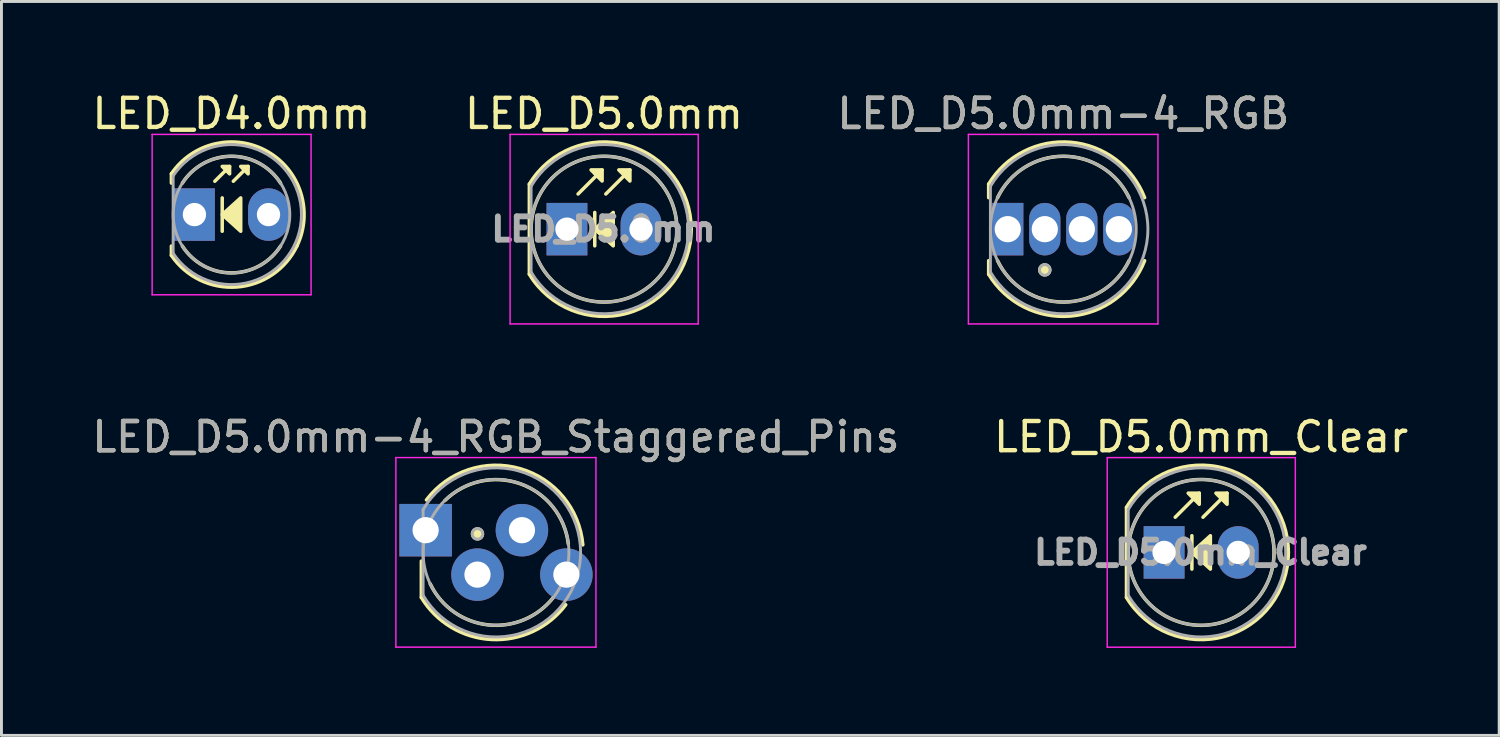
<source format=kicad_pcb>
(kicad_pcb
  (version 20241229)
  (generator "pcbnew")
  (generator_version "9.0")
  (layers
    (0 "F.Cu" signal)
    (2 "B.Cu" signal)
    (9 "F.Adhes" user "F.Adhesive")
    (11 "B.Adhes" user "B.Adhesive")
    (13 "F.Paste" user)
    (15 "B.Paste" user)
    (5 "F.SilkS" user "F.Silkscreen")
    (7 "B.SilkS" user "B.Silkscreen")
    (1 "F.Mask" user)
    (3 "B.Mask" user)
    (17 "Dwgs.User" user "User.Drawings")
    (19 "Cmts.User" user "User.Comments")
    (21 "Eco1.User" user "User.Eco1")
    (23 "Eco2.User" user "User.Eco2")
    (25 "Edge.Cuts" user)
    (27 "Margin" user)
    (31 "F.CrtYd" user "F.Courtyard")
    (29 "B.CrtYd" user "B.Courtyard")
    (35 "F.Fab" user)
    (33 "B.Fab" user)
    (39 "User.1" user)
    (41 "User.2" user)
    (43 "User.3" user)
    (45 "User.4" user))
  (footprint "LED_D5.0mm"
    (layer "F.Cu")
    (at 16.391 4.808)
    (property "Reference" "LED_D5.0mm" (at 1.27 -3.96 0) (layer "F.SilkS") (effects (font (size 1 1) (thickness 0.15))))
    (fp_line (start -1.29 -1.545) (end -1.29 1.545) (stroke (width 0.12) (type solid)) (layer "F.SilkS"))
    (fp_line (start 0.381 -1.206) (end 1.206 -2.032) (stroke (width 0.12) (type solid)) (layer "F.SilkS"))
    (fp_line (start 0.953 -0.572) (end 0.953 0.572) (stroke (width 0.12) (type solid)) (layer "F.SilkS"))
    (fp_line (start 1.333 -1.206) (end 2.159 -2.032) (stroke (width 0.12) (type solid)) (layer "F.SilkS"))
    (fp_arc (start -1.29 -1.54483) (mid 2.072002 -2.880433) (end 4.26 0.000462) (stroke (width 0.12) (type solid)) (layer "F.SilkS"))
    (fp_arc (start 4.26 -0.000462) (mid 2.072002 2.880433) (end -1.29 1.54483) (stroke (width 0.12) (type solid)) (layer "F.SilkS"))
    (fp_circle (center 1.27 0) (end 3.77 0) (stroke (width 0.12) (type solid)) (fill no) (layer "F.SilkS"))
    (fp_poly (pts (xy 1.206 -1.651) (xy 0.826 -2.032) (xy 1.206 -2.032)) (stroke (width 0.12) (type solid)) (fill yes) (layer "F.SilkS"))
    (fp_poly (pts (xy 1.587 0.572) (xy 0.953 0) (xy 1.587 -0.572)) (stroke (width 0.12) (type solid)) (fill yes) (layer "F.SilkS"))
    (fp_poly (pts (xy 2.159 -1.651) (xy 1.778 -2.032) (xy 2.159 -2.032)) (stroke (width 0.12) (type solid)) (fill yes) (layer "F.SilkS"))
    (fp_line (start -1.95 -3.25) (end -1.95 3.25) (stroke (width 0.05) (type solid)) (layer "F.CrtYd"))
    (fp_line (start -1.95 3.25) (end 4.5 3.25) (stroke (width 0.05) (type solid)) (layer "F.CrtYd"))
    (fp_line (start 4.5 -3.25) (end -1.95 -3.25) (stroke (width 0.05) (type solid)) (layer "F.CrtYd"))
    (fp_line (start 4.5 3.25) (end 4.5 -3.25) (stroke (width 0.05) (type solid)) (layer "F.CrtYd"))
    (fp_line (start -1.23 -1.47) (end -1.23 1.47) (stroke (width 0.1) (type solid)) (layer "F.Fab"))
    (fp_arc (start -1.23 -1.469694) (mid 4.17 0.000016) (end -1.230016 1.469666) (stroke (width 0.1) (type solid)) (layer "F.Fab"))
    (fp_circle (center 1.27 0) (end 3.77 0) (stroke (width 0.1) (type solid)) (fill no) (layer "F.Fab"))
    (fp_text user "${REFERENCE}" (at 1.25 0 0) (layer "F.Fab") (effects (font (size 0.8 0.8) (thickness 0.2))))
    (pad "1" thru_hole rect (at 0 0) (size 1.4 1.8) (drill 0.8) (layers "*.Cu" "*.Mask"))
    (pad "2" thru_hole oval (at 2.54 0) (size 1.4 1.8) (drill 0.8) (layers "*.Cu" "*.Mask")))
  (footprint "LED_D4.0mm"
    (layer "F.Cu")
    (at 3.617 4.308)
    (property "Reference" "LED_D4.0mm" (at 1.27 -3.46 0) (layer "F.SilkS") (effects (font (size 1 1) (thickness 0.15))))
    (fp_line (start -0.79 -1.399) (end -0.79 -1.08) (stroke (width 0.12) (type solid)) (layer "F.SilkS"))
    (fp_line (start -0.79 1.08) (end -0.79 1.399) (stroke (width 0.12) (type solid)) (layer "F.SilkS"))
    (fp_line (start 0.699 -1.143) (end 1.206 -1.651) (stroke (width 0.12) (type solid)) (layer "F.SilkS"))
    (fp_line (start 0.953 -0.572) (end 0.953 0.572) (stroke (width 0.12) (type solid)) (layer "F.SilkS"))
    (fp_line (start 1.333 -1.143) (end 1.841 -1.651) (stroke (width 0.12) (type solid)) (layer "F.SilkS"))
    (fp_arc (start -0.79 -1.398749) (mid 2.513104 -2.157467) (end 3.513242 1.080724) (stroke (width 0.12) (type solid)) (layer "F.SilkS"))
    (fp_arc (start -0.41333 -1.08) (mid 1.269429 -2) (end 2.952713 -1.080961) (stroke (width 0.12) (type solid)) (layer "F.SilkS"))
    (fp_arc (start 2.952713 1.080961) (mid 1.269429 2) (end -0.41333 1.08) (stroke (width 0.12) (type solid)) (layer "F.SilkS"))
    (fp_arc (start 3.513242 1.080724) (mid 1.453519 2.483228) (end -0.79 1.398749) (stroke (width 0.12) (type solid)) (layer "F.SilkS"))
    (fp_poly (pts (xy 1.206 -1.397) (xy 0.953 -1.651) (xy 1.206 -1.651)) (stroke (width 0.12) (type solid)) (fill yes) (layer "F.SilkS"))
    (fp_poly (pts (xy 1.587 0.572) (xy 0.953 0) (xy 1.587 -0.572)) (stroke (width 0.12) (type solid)) (fill yes) (layer "F.SilkS"))
    (fp_poly (pts (xy 1.841 -1.397) (xy 1.587 -1.651) (xy 1.841 -1.651)) (stroke (width 0.12) (type solid)) (fill yes) (layer "F.SilkS"))
    (fp_line (start -1.45 -2.75) (end -1.45 2.75) (stroke (width 0.05) (type solid)) (layer "F.CrtYd"))
    (fp_line (start -1.45 2.75) (end 4 2.75) (stroke (width 0.05) (type solid)) (layer "F.CrtYd"))
    (fp_line (start 4 -2.75) (end -1.45 -2.75) (stroke (width 0.05) (type solid)) (layer "F.CrtYd"))
    (fp_line (start 4 2.75) (end 4 -2.75) (stroke (width 0.05) (type solid)) (layer "F.CrtYd"))
    (fp_line (start -0.73 -1.327) (end -0.73 1.327) (stroke (width 0.1) (type solid)) (layer "F.Fab"))
    (fp_arc (start -0.73 -1.32665) (mid 3.67 0.000306) (end -0.730339 1.32614) (stroke (width 0.1) (type solid)) (layer "F.Fab"))
    (fp_circle (center 1.27 0) (end 3.27 0) (stroke (width 0.1) (type solid)) (fill no) (layer "F.Fab"))
    (pad "1" thru_hole rect (at 0 0) (size 1.4 1.8) (drill 0.8) (layers "*.Cu" "*.Mask"))
    (pad "2" thru_hole oval (at 2.54 0) (size 1.4 1.8) (drill 0.8) (layers "*.Cu" "*.Mask")))
  (footprint "LED_D5.0mm-4_RGB"
    (layer "F.Cu")
    (at 31.506 4.808)
    (property "Reference" "LED_D5.0mm-4_RGB" (at 1.905 -3.96 0) (layer "F.SilkS") (effects (font (size 1 1) (thickness 0.15))))
    (fp_line (start -0.655 -1.545) (end -0.655 -1.08) (stroke (width 0.12) (type solid)) (layer "F.SilkS"))
    (fp_line (start -0.655 1.08) (end -0.655 1.545) (stroke (width 0.12) (type solid)) (layer "F.SilkS"))
    (fp_arc (start -0.655 -1.54483) (mid 2.163456 -2.978809) (end 4.692815 -1.080827) (stroke (width 0.12) (type solid)) (layer "F.SilkS"))
    (fp_arc (start -0.349684 -1.08) (mid 1.904762 -2.5) (end 4.159479 -1.080429) (stroke (width 0.12) (type solid)) (layer "F.SilkS"))
    (fp_arc (start 4.159479 1.080429) (mid 1.904762 2.5) (end -0.349684 1.08) (stroke (width 0.12) (type solid)) (layer "F.SilkS"))
    (fp_arc (start 4.692815 1.080827) (mid 2.163456 2.978808) (end -0.655 1.54483) (stroke (width 0.12) (type solid)) (layer "F.SilkS"))
    (fp_circle (center 1.27 1.397) (end 1.397 1.27) (stroke (width 0.1) (type solid)) (fill yes) (layer "F.SilkS"))
    (fp_line (start -1.35 -3.25) (end -1.35 3.25) (stroke (width 0.05) (type solid)) (layer "F.CrtYd"))
    (fp_line (start -1.35 3.25) (end 5.15 3.25) (stroke (width 0.05) (type solid)) (layer "F.CrtYd"))
    (fp_line (start 5.15 -3.25) (end -1.35 -3.25) (stroke (width 0.05) (type solid)) (layer "F.CrtYd"))
    (fp_line (start 5.15 3.25) (end 5.15 -3.25) (stroke (width 0.05) (type solid)) (layer "F.CrtYd"))
    (fp_line (start -0.595 -1.47) (end -0.595 1.47) (stroke (width 0.1) (type solid)) (layer "F.Fab"))
    (fp_arc (start -0.595 -1.469694) (mid 4.805 0.000016) (end -0.595016 1.469666) (stroke (width 0.1) (type solid)) (layer "F.Fab"))
    (fp_circle (center 1.27 1.397) (end 1.45 1.397) (stroke (width 0.1) (type solid)) (fill no) (layer "F.Fab"))
    (fp_circle (center 1.905 0) (end 4.405 0) (stroke (width 0.1) (type solid)) (fill no) (layer "F.Fab"))
    (fp_text user "${REFERENCE}" (at 1.905 -3.96 0) (layer "F.Fab") (effects (font (size 1 1) (thickness 0.15))))
    (pad "1" thru_hole rect (at 0 0) (size 1.07 1.8) (drill 0.9) (layers "*.Cu" "*.Mask"))
    (pad "2" thru_hole oval (at 1.27 0) (size 1.07 1.8) (drill 0.9) (layers "*.Cu" "*.Mask"))
    (pad "3" thru_hole oval (at 2.54 0) (size 1.07 1.8) (drill 0.9) (layers "*.Cu" "*.Mask"))
    (pad "4" thru_hole oval (at 3.81 0) (size 1.07 1.8) (drill 0.9) (layers "*.Cu" "*.Mask")))
  (footprint "LED_D5.0mm_Clear"
    (layer "F.Cu")
    (at 36.867 15.892)
    (property "Reference" "LED_D5.0mm_Clear" (at 1.27 -3.96 0) (layer "F.SilkS") (effects (font (size 1 1) (thickness 0.15))))
    (fp_line (start -1.29 -1.545) (end -1.29 1.545) (stroke (width 0.12) (type solid)) (layer "F.SilkS"))
    (fp_line (start 0.381 -1.206) (end 1.206 -2.032) (stroke (width 0.12) (type solid)) (layer "F.SilkS"))
    (fp_line (start 0.953 -0.572) (end 0.953 0.572) (stroke (width 0.12) (type solid)) (layer "F.SilkS"))
    (fp_line (start 1.333 -1.206) (end 2.159 -2.032) (stroke (width 0.12) (type solid)) (layer "F.SilkS"))
    (fp_arc (start -1.29 -1.54483) (mid 2.072002 -2.880433) (end 4.26 0.000462) (stroke (width 0.12) (type solid)) (layer "F.SilkS"))
    (fp_arc (start 4.26 -0.000462) (mid 2.072002 2.880433) (end -1.29 1.54483) (stroke (width 0.12) (type solid)) (layer "F.SilkS"))
    (fp_circle (center 1.27 0) (end 3.77 0) (stroke (width 0.12) (type solid)) (fill no) (layer "F.SilkS"))
    (fp_poly (pts (xy 1.206 -1.651) (xy 0.826 -2.032) (xy 1.206 -2.032)) (stroke (width 0.12) (type solid)) (fill yes) (layer "F.SilkS"))
    (fp_poly (pts (xy 1.587 0.572) (xy 0.953 0) (xy 1.587 -0.572)) (stroke (width 0.12) (type solid)) (fill yes) (layer "F.SilkS"))
    (fp_poly (pts (xy 2.159 -1.651) (xy 1.778 -2.032) (xy 2.159 -2.032)) (stroke (width 0.12) (type solid)) (fill yes) (layer "F.SilkS"))
    (fp_line (start -1.95 -3.25) (end -1.95 3.25) (stroke (width 0.05) (type solid)) (layer "F.CrtYd"))
    (fp_line (start -1.95 3.25) (end 4.5 3.25) (stroke (width 0.05) (type solid)) (layer "F.CrtYd"))
    (fp_line (start 4.5 -3.25) (end -1.95 -3.25) (stroke (width 0.05) (type solid)) (layer "F.CrtYd"))
    (fp_line (start 4.5 3.25) (end 4.5 -3.25) (stroke (width 0.05) (type solid)) (layer "F.CrtYd"))
    (fp_line (start -1.23 -1.47) (end -1.23 1.47) (stroke (width 0.1) (type solid)) (layer "F.Fab"))
    (fp_arc (start -1.23 -1.469694) (mid 4.17 0.000016) (end -1.230016 1.469666) (stroke (width 0.1) (type solid)) (layer "F.Fab"))
    (fp_circle (center 1.27 0) (end 3.77 0) (stroke (width 0.1) (type solid)) (fill no) (layer "F.Fab"))
    (fp_text user "${REFERENCE}" (at 1.25 0 0) (layer "F.Fab") (effects (font (size 0.8 0.8) (thickness 0.2))))
    (pad "1" thru_hole rect (at 0 0) (size 1.4 1.8) (drill 0.8) (layers "*.Cu" "*.Mask"))
    (pad "2" thru_hole oval (at 2.54 0) (size 1.4 1.8) (drill 0.8) (layers "*.Cu" "*.Mask")))
  (footprint "LED_D5.0mm-4_RGB_Staggered_Pins"
    (layer "F.Cu")
    (at 11.545 15.13)
    (property "Reference" "LED_D5.0mm-4_RGB_Staggered_Pins" (at 2.413 -3.198 0) (layer "F.SilkS") (effects (font (size 1 1) (thickness 0.15))))
    (attr through_hole)
    (fp_line (start -0.147 1.061) (end -0.147 2.307) (stroke (width 0.12) (type solid)) (layer "F.SilkS"))
    (fp_arc (start 0.028 -1.038) (mid 3.238737 -2.109652) (end 5.389836 0.503784) (stroke (width 0.12) (type solid)) (layer "F.SilkS"))
    (fp_arc (start 0.660401 -1.015999) (mid 3.242766 -1.592649) (end 4.89309 0.475579) (stroke (width 0.12) (type solid)) (layer "F.SilkS"))
    (fp_arc (start 4.372086 2.315056) (mid 2.134091 3.246393) (end 0.158316 1.842) (stroke (width 0.12) (type solid)) (layer "F.SilkS"))
    (fp_arc (start 4.804334 2.556887) (mid 2.262188 3.748194) (end -0.147 2.30683) (stroke (width 0.12) (type solid)) (layer "F.SilkS"))
    (fp_circle (center 1.778 0.127) (end 1.905 0) (stroke (width 0.1) (type solid)) (fill yes) (layer "F.SilkS"))
    (fp_line (start -1.02 -2.49) (end 5.84 -2.49) (stroke (width 0.05) (type solid)) (layer "F.CrtYd"))
    (fp_line (start -1.02 4.01) (end -1.02 -2.49) (stroke (width 0.05) (type solid)) (layer "F.CrtYd"))
    (fp_line (start 5.84 -2.49) (end 5.84 4.01) (stroke (width 0.05) (type solid)) (layer "F.CrtYd"))
    (fp_line (start 5.84 4.01) (end -1.02 4.01) (stroke (width 0.05) (type solid)) (layer "F.CrtYd"))
    (fp_line (start -0.087 -0.708) (end -0.087 2.232) (stroke (width 0.1) (type solid)) (layer "F.Fab"))
    (fp_arc (start -0.087 -0.707694) (mid 5.313 0.762016) (end -0.087016 2.231666) (stroke (width 0.1) (type solid)) (layer "F.Fab"))
    (fp_circle (center 1.778 0.127) (end 1.958 0.127) (stroke (width 0.1) (type solid)) (fill no) (layer "F.Fab"))
    (fp_circle (center 2.413 0.762) (end 4.913 0.762) (stroke (width 0.1) (type solid)) (fill no) (layer "F.Fab"))
    (fp_text user "${REFERENCE}" (at 2.413 -3.198 0) (layer "F.Fab") (effects (font (size 1 1) (thickness 0.15))))
    (pad "1" thru_hole rect (at 0 0) (size 1.8 1.8) (drill 0.9) (layers "*.Cu" "*.Mask"))
    (pad "2" thru_hole circle (at 1.778 1.524) (size 1.8 1.8) (drill 0.9) (layers "*.Cu" "*.Mask"))
    (pad "3" thru_hole circle (at 3.302 0) (size 1.8 1.8) (drill 0.9) (layers "*.Cu" "*.Mask"))
    (pad "4" thru_hole circle (at 4.826 1.524) (size 1.8 1.8) (drill 0.9) (layers "*.Cu" "*.Mask")))
  (gr_rect
    (start -3 -3)
    (end 48.357 22.166)
    (stroke (width 0.1) (type default))
    (fill no)
    (layer "Edge.Cuts")))
</source>
